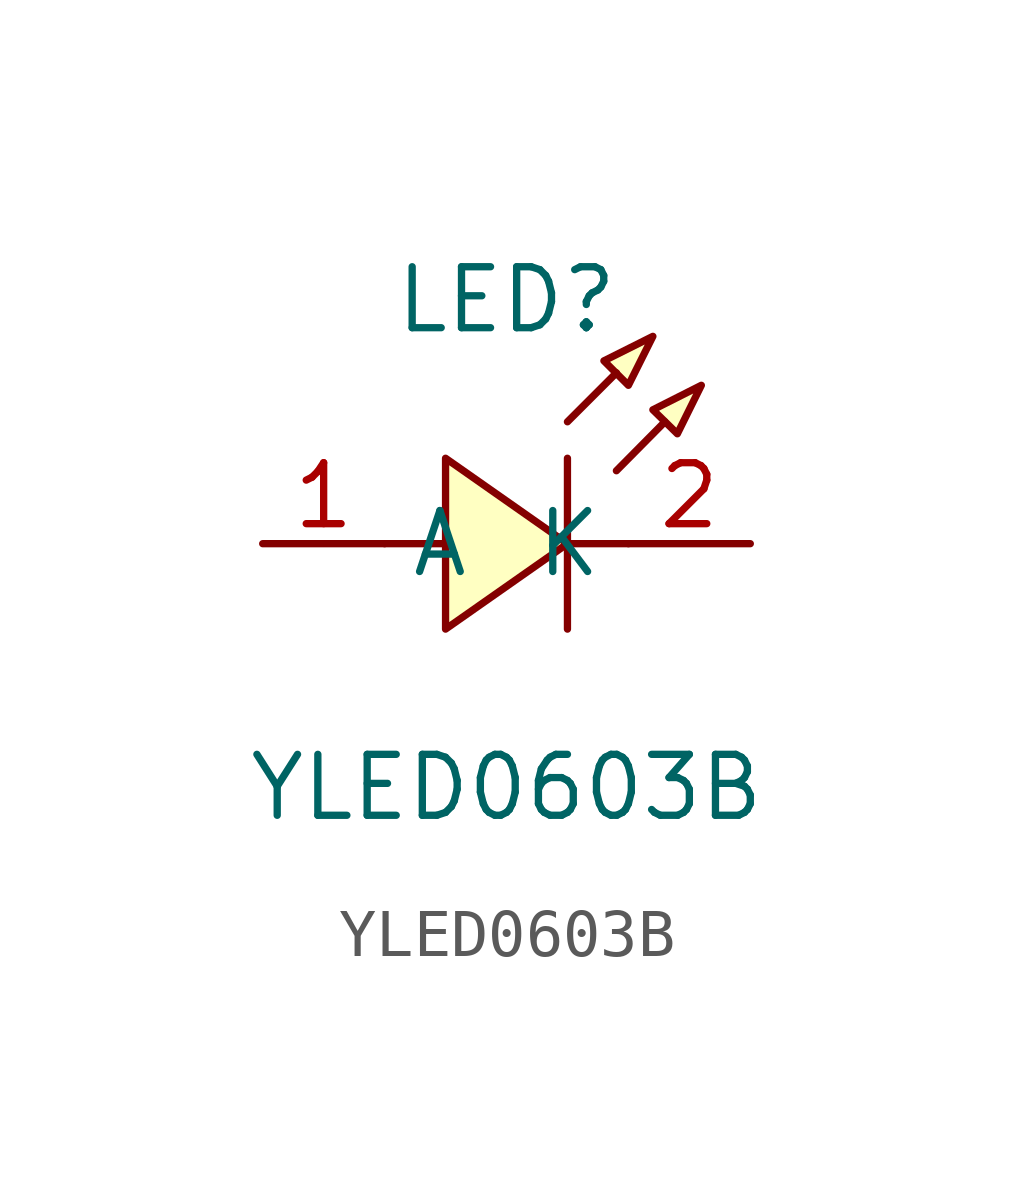
<source format=kicad_sym>
(kicad_symbol_lib
  (version 20211014)
  (generator https://github.com/uPesy/easyeda2kicad.py)
  (symbol "YLED0603B"
    (property "Reference" "LED"
      (at 0 5.08 0)
      (effects (font (size 1.27 1.27))))
    (property "Value" "YLED0603B"
      (at 0 -5.08 0)
      (effects (font (size 1.27 1.27))))
    (symbol "YLED0603B_0_1"
      (polyline (pts (xy 4.06 3.30) (xy 3.05 2.79) (xy 3.56 2.29) (xy 4.06 3.30)) (stroke (width 0) (type default) (color 0 0 0 0)) (fill (type background)))
      (polyline (pts (xy 3.05 4.32) (xy 2.03 3.81) (xy 2.54 3.30) (xy 3.05 4.32)) (stroke (width 0) (type default) (color 0 0 0 0)) (fill (type background)))
      (polyline (pts (xy -1.27 1.78) (xy 1.27 -0.00) (xy -1.27 -1.78) (xy -1.27 1.78)) (stroke (width 0) (type default) (color 0 0 0 0)) (fill (type background)))
      (polyline (pts (xy 2.29 1.52) (xy 3.30 2.54) (xy 2.29 1.52)) (stroke (width 0) (type default) (color 0 0 0 0)) (fill (type background)))
      (polyline (pts (xy 1.27 2.54) (xy 2.29 3.56) (xy 1.27 2.54)) (stroke (width 0) (type default) (color 0 0 0 0)) (fill (type background)))
      (polyline (pts (xy 1.27 -0.00) (xy 2.54 -0.00)) (stroke (width 0) (type default) (color 0 0 0 0)) (fill (type none)))
      (polyline (pts (xy -2.54 -0.00) (xy -1.27 -0.00)) (stroke (width 0) (type default) (color 0 0 0 0)) (fill (type none)))
      (polyline (pts (xy 1.27 1.78) (xy 1.27 -1.78)) (stroke (width 0) (type default) (color 0 0 0 0)) (fill (type none)))
      (pin unspecified line (at 5.08 -0.00 180) (length 2.54) (name "K" (effects (font (size 1.27 1.27)))) (number "2" (effects (font (size 1.27 1.27)))))
      (pin unspecified line (at -5.08 -0.00 0) (length 2.54) (name "A" (effects (font (size 1.27 1.27)))) (number "1" (effects (font (size 1.27 1.27))))))))
</source>
